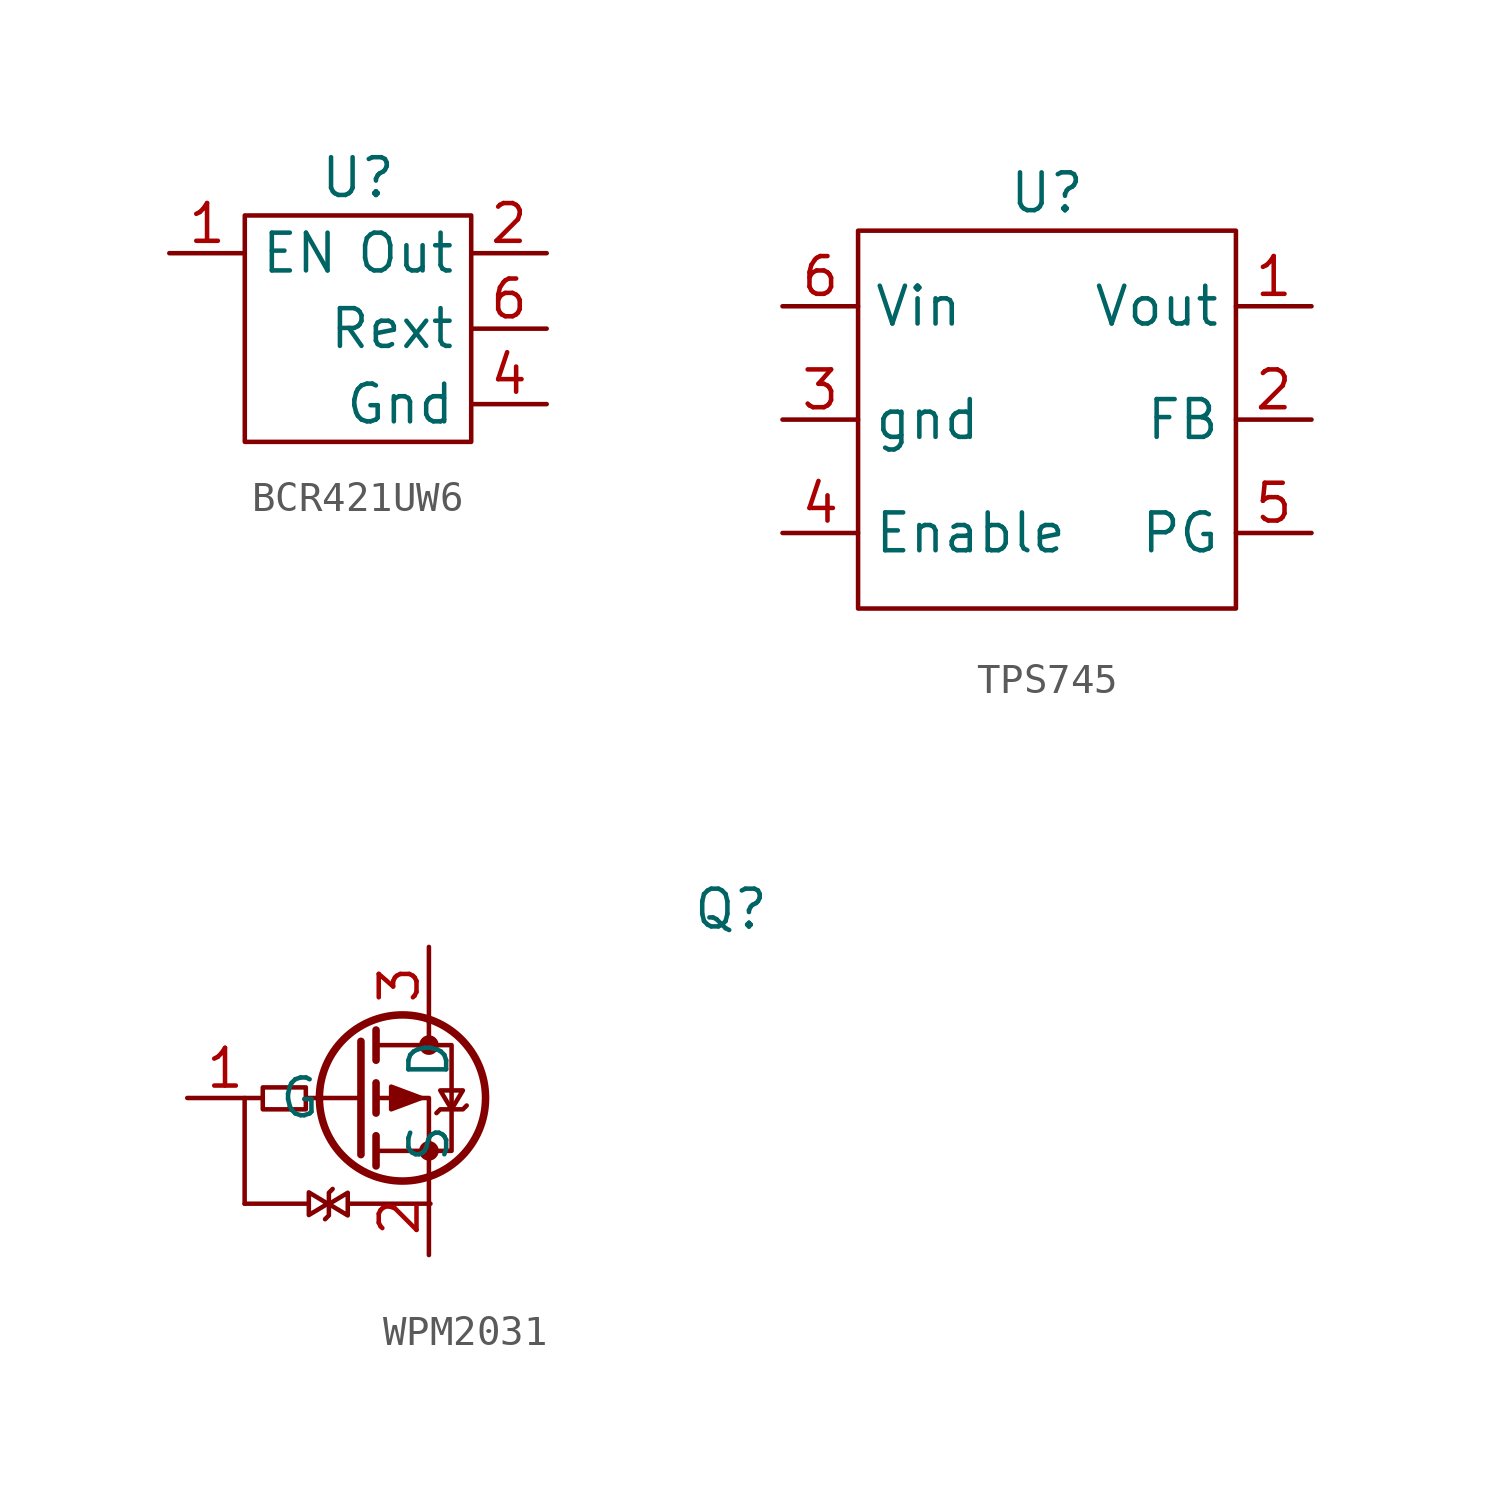
<source format=kicad_sym>
(kicad_symbol_lib
  (version 20220914)
  (generator kicad_symbol_editor)
  (symbol "BCR421UW6"
    (property "Reference" "U"
      (at 0 5.08 0)
      (effects (font (size 1.27 1.27))))
    (property "Value" ""
      (at 0 0 0)
      (effects (font (size 1.27 1.27))))
    (symbol "BCR421UW6_0_1"
      (rectangle (start -3.81 3.81) (end 3.81 -3.81) (stroke (width 0) (type default)) (fill (type none))))
    (symbol "BCR421UW6_1_1"
      (pin input line (at -6.35 2.54 0) (length 2.54) (name "EN" (effects (font (size 1.27 1.27)))) (number "1" (effects (font (size 1.27 1.27)))))
      (pin power_in line (at 6.35 2.54 180) (length 2.54) (name "Out" (effects (font (size 1.27 1.27)))) (number "2" (effects (font (size 1.27 1.27)))))
      (pin power_in line (at 6.35 2.54 180) (length 2.54) hide (name "" (effects (font (size 1.27 1.27)))) (number "3" (effects (font (size 1.27 1.27)))))
      (pin power_in line (at 6.35 -2.54 180) (length 2.54) (name "Gnd" (effects (font (size 1.27 1.27)))) (number "4" (effects (font (size 1.27 1.27)))))
      (pin power_in line (at 6.35 2.54 180) (length 2.54) hide (name "" (effects (font (size 1.27 1.27)))) (number "5" (effects (font (size 1.27 1.27)))))
      (pin input line (at 6.35 0 180) (length 2.54) (name "Rext" (effects (font (size 1.27 1.27)))) (number "6" (effects (font (size 1.27 1.27)))))))
  (symbol "TPS745"
    (property "Reference" "U"
      (at 0 7.62 0)
      (effects (font (size 1.27 1.27))))
    (symbol "TPS745_0_1"
      (rectangle (start -6.35 6.35) (end 6.35 -6.35) (stroke (width 0) (type default)) (fill (type none))))
    (symbol "TPS745_1_1"
      (pin power_out line (at 8.89 3.81 180) (length 2.54) (name "Vout" (effects (font (size 1.27 1.27)))) (number "1" (effects (font (size 1.27 1.27)))))
      (pin input line (at 8.89 0 180) (length 2.54) (name "FB" (effects (font (size 1.27 1.27)))) (number "2" (effects (font (size 1.27 1.27)))))
      (pin power_in line (at -8.89 0 0) (length 2.54) (name "gnd" (effects (font (size 1.27 1.27)))) (number "3" (effects (font (size 1.27 1.27)))))
      (pin input line (at -8.89 -3.81 0) (length 2.54) (name "Enable" (effects (font (size 1.27 1.27)))) (number "4" (effects (font (size 1.27 1.27)))))
      (pin output line (at 8.89 -3.81 180) (length 2.54) (name "PG" (effects (font (size 1.27 1.27)))) (number "5" (effects (font (size 1.27 1.27)))))
      (pin power_in line (at -8.89 3.81 0) (length 2.54) (name "Vin" (effects (font (size 1.27 1.27)))) (number "6" (effects (font (size 1.27 1.27)))))))
  (symbol "WPM2031"
    (property "Reference" "Q"
      (at 11.43 6.35 0)
      (effects (font (size 1.27 1.27))))
    (symbol "WPM2031_0_1"
      (rectangle (start -4.318 0.356) (end -2.87 -0.381) (stroke (width 0) (type default)) (fill (type none)))
      (polyline (pts (xy -4.928 -3.556) (xy -4.928 0)) (stroke (width 0) (type default)) (fill (type none)))
      (polyline (pts (xy -2.845 -3.556) (xy -4.928 -3.556)) (stroke (width 0) (type default)) (fill (type none)))
      (polyline (pts (xy -1.422 -3.556) (xy 1.321 -3.556)) (stroke (width 0) (type default)) (fill (type none)))
      (polyline (pts (xy -1.016 0) (xy -2.845 0)) (stroke (width 0) (type default)) (fill (type none)))
      (polyline (pts (xy -1.016 1.905) (xy -1.016 -1.905)) (stroke (width 0.254) (type default)) (fill (type none)))
      (polyline (pts (xy -0.508 -1.27) (xy -0.508 -2.286)) (stroke (width 0.254) (type default)) (fill (type none)))
      (polyline (pts (xy -0.508 0.508) (xy -0.508 -0.508)) (stroke (width 0.254) (type default)) (fill (type none)))
      (polyline (pts (xy -0.508 2.286) (xy -0.508 1.27)) (stroke (width 0.254) (type default)) (fill (type none)))
      (polyline (pts (xy 1.27 2.54) (xy 1.27 1.778)) (stroke (width 0) (type default)) (fill (type none)))
      (polyline (pts (xy 1.27 -2.54) (xy 1.27 0) (xy -0.508 0)) (stroke (width 0) (type default)) (fill (type none)))
      (polyline (pts (xy -2.223 -4.077) (xy -2.095 -3.95) (xy -2.095 -3.188) (xy -1.968 -3.061)) (stroke (width 0) (type default)) (fill (type none)))
      (polyline (pts (xy -2.134 -3.556) (xy -2.769 -3.175) (xy -2.769 -3.937) (xy -2.134 -3.556)) (stroke (width 0) (type default)) (fill (type none)))
      (polyline (pts (xy -2.095 -3.569) (xy -1.46 -3.95) (xy -1.46 -3.188) (xy -2.095 -3.569)) (stroke (width 0) (type default)) (fill (type none)))
      (polyline (pts (xy -0.508 1.778) (xy 2.032 1.778) (xy 2.032 -1.778) (xy -0.508 -1.778)) (stroke (width 0) (type default)) (fill (type none)))
      (polyline (pts (xy 1.016 0) (xy 0 0.381) (xy 0 -0.381) (xy 1.016 0)) (stroke (width 0) (type default)) (fill (type outline)))
      (polyline (pts (xy 1.524 -0.508) (xy 1.651 -0.381) (xy 2.413 -0.381) (xy 2.54 -0.254)) (stroke (width 0) (type default)) (fill (type none)))
      (polyline (pts (xy 2.032 -0.381) (xy 1.651 0.254) (xy 2.413 0.254) (xy 2.032 -0.381)) (stroke (width 0) (type default)) (fill (type none)))
      (circle (center 0.381 0) (radius 2.794) (stroke (width 0.254) (type default)) (fill (type none)))
      (circle (center 1.27 -1.778) (radius 0.254) (stroke (width 0) (type default)) (fill (type outline)))
      (circle (center 1.27 1.778) (radius 0.254) (stroke (width 0) (type default)) (fill (type outline))))
    (symbol "WPM2031_1_1"
      (pin input line (at -6.858 0 0) (length 2.54) (name "G" (effects (font (size 1.27 1.27)))) (number "1" (effects (font (size 1.27 1.27)))))
      (pin passive line (at 1.27 -5.283 90) (length 2.54) (name "S" (effects (font (size 1.27 1.27)))) (number "2" (effects (font (size 1.27 1.27)))))
      (pin passive line (at 1.27 5.08 270) (length 2.54) (name "D" (effects (font (size 1.27 1.27)))) (number "3" (effects (font (size 1.27 1.27))))))))
</source>
